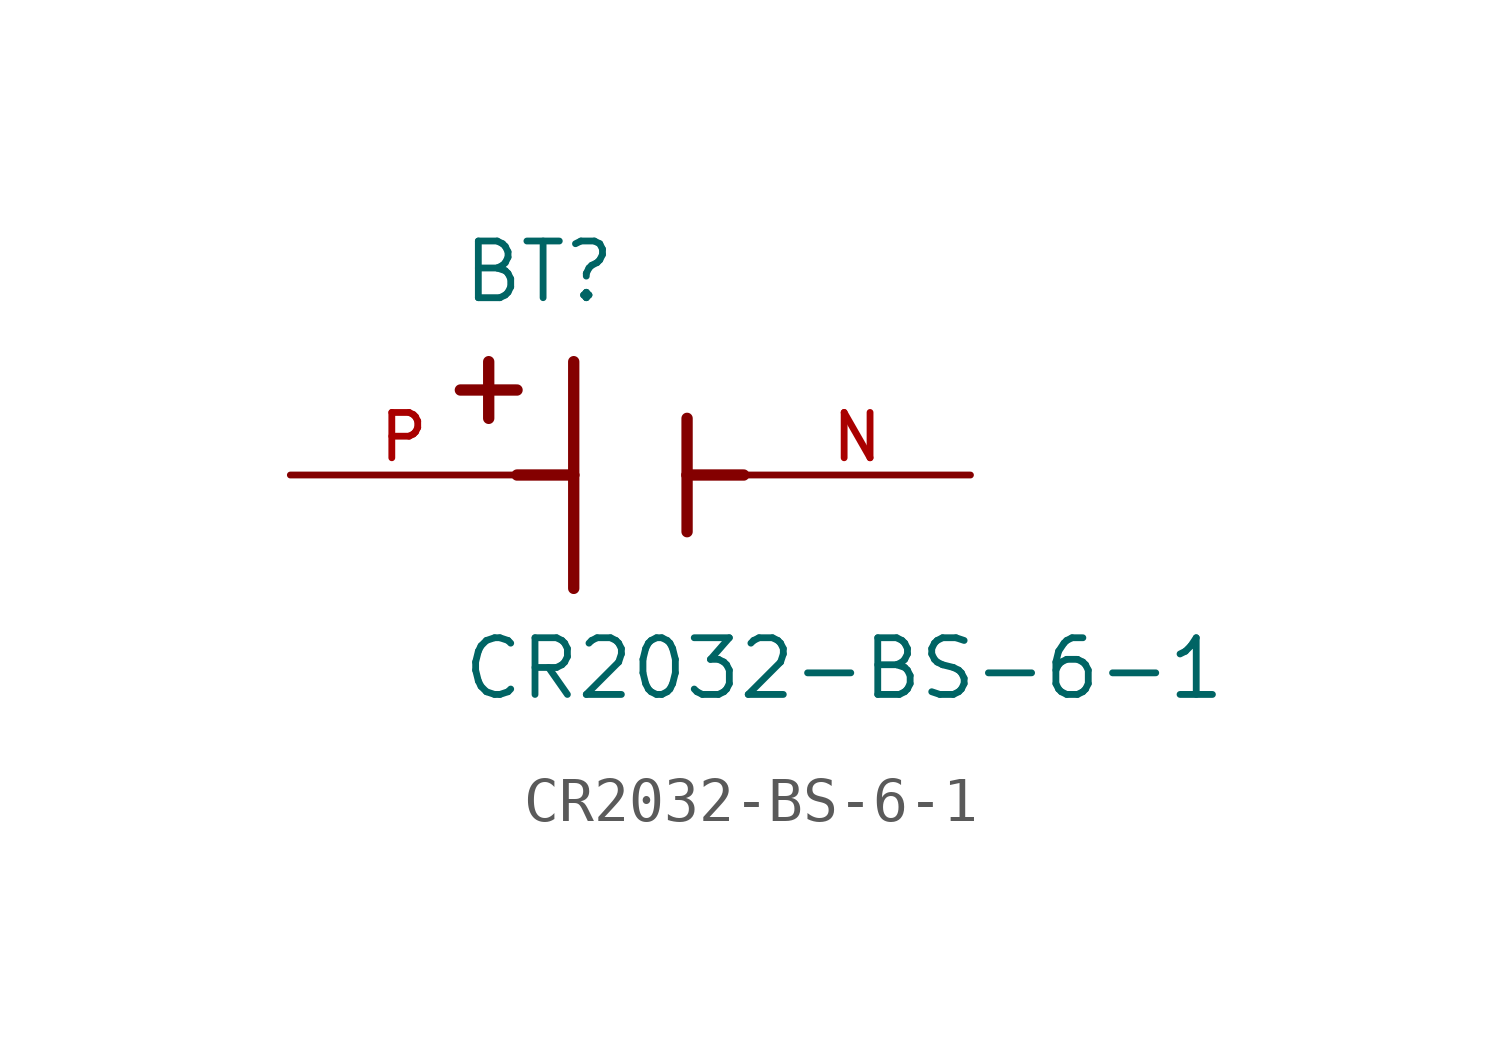
<source format=kicad_sym>
(kicad_symbol_lib
  (version 20211014)
  (generator kicad_symbol_editor)
  (symbol "CR2032-BS-6-1"
    (pin_names
      (offset 1.016))
    (property "Reference" "BT"
      (at -3.81 3.81 0)
      (effects (font (size 1.27 1.27)) (justify bottom left)))
    (property "Value" "CR2032-BS-6-1"
      (at -3.81 -5.08 0)
      (effects (font (size 1.27 1.27)) (justify bottom left)))
    (symbol "CR2032-BS-6-1_0_0"
      (polyline (pts (xy -1.27 2.54) (xy -1.27 0.0)) (stroke (width 0.254)))
      (polyline (pts (xy -1.27 0.0) (xy -1.27 -2.54)) (stroke (width 0.254)))
      (polyline (pts (xy 1.27 1.27) (xy 1.27 0.0)) (stroke (width 0.254)))
      (polyline (pts (xy 1.27 0.0) (xy 1.27 -1.27)) (stroke (width 0.254)))
      (polyline (pts (xy -1.27 0.0) (xy -2.54 0.0)) (stroke (width 0.254)))
      (polyline (pts (xy 1.27 0.0) (xy 2.54 0.0)) (stroke (width 0.254)))
      (polyline (pts (xy -3.175 2.54) (xy -3.175 1.27)) (stroke (width 0.254)))
      (polyline (pts (xy -3.81 1.905) (xy -2.54 1.905)) (stroke (width 0.254)))
      (pin passive line (at -7.62 0.0 0) (length 5.08) (name "~" (effects (font (size 1.016 1.016)))) (number "P" (effects (font (size 1.016 1.016)))))
      (pin passive line (at 7.62 0.0 180.0) (length 5.08) (name "~" (effects (font (size 1.016 1.016)))) (number "N" (effects (font (size 1.016 1.016))))))))
</source>
